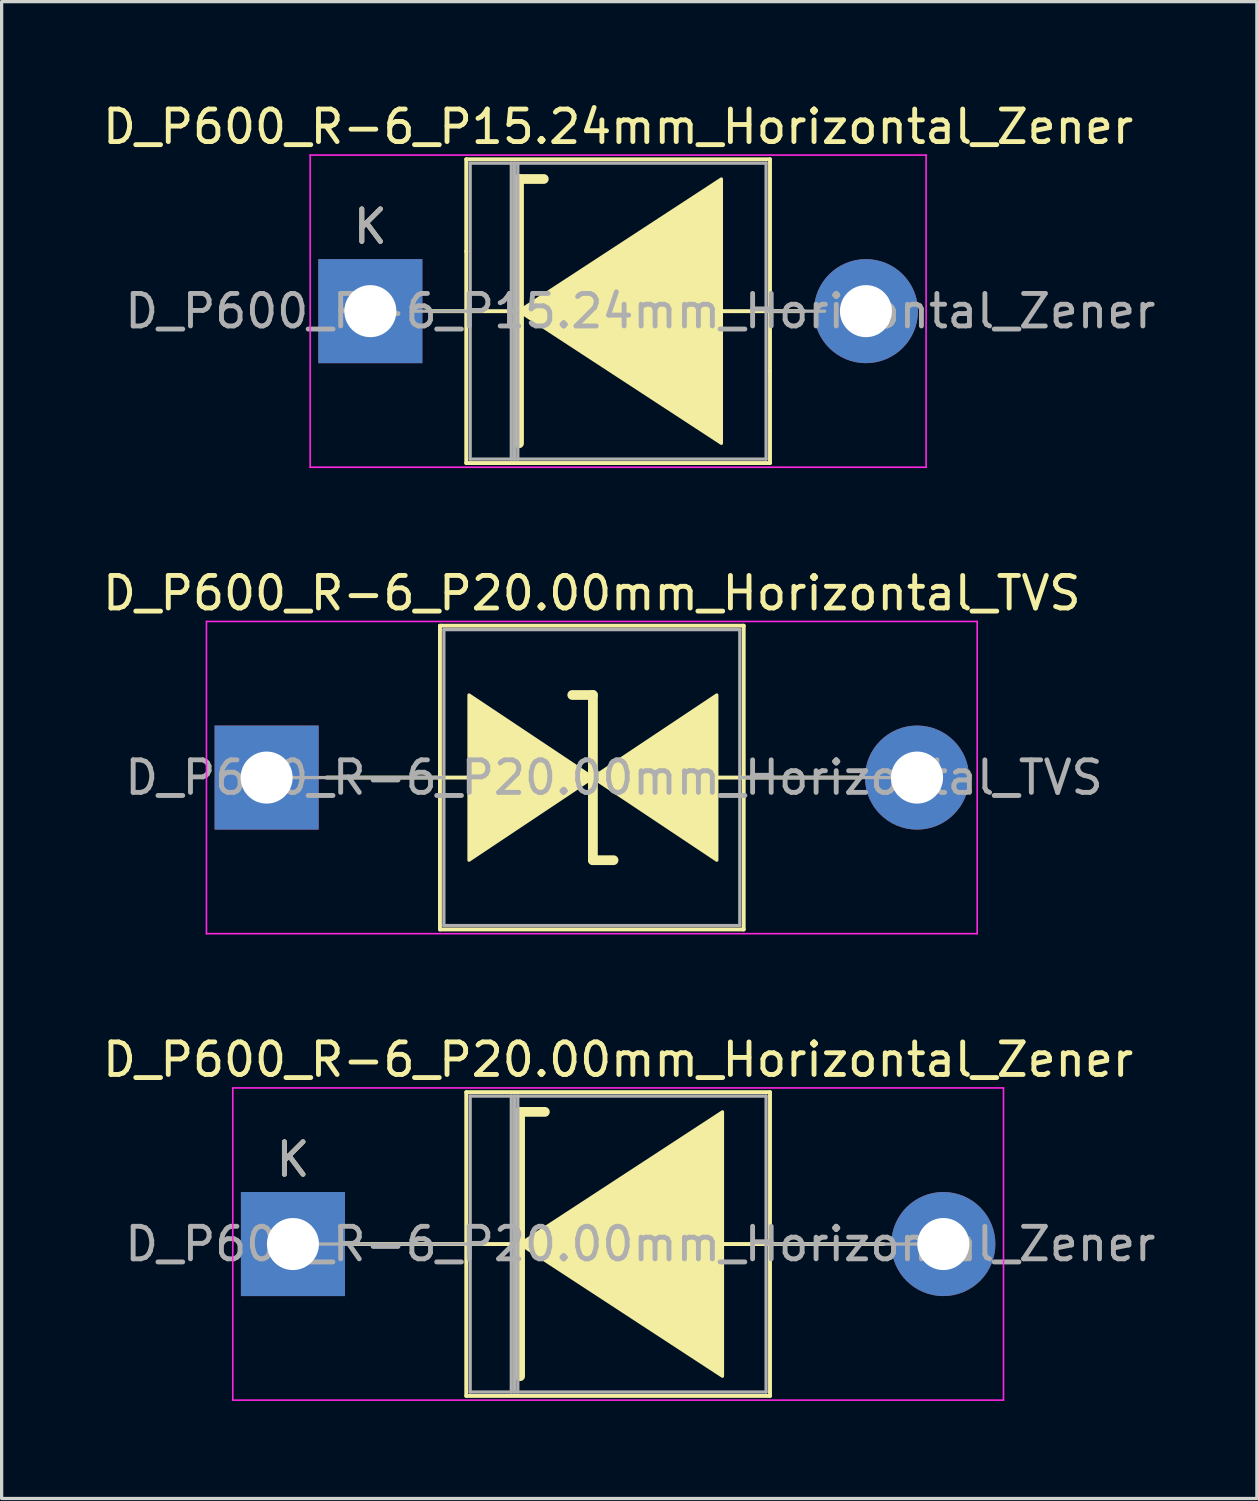
<source format=kicad_pcb>
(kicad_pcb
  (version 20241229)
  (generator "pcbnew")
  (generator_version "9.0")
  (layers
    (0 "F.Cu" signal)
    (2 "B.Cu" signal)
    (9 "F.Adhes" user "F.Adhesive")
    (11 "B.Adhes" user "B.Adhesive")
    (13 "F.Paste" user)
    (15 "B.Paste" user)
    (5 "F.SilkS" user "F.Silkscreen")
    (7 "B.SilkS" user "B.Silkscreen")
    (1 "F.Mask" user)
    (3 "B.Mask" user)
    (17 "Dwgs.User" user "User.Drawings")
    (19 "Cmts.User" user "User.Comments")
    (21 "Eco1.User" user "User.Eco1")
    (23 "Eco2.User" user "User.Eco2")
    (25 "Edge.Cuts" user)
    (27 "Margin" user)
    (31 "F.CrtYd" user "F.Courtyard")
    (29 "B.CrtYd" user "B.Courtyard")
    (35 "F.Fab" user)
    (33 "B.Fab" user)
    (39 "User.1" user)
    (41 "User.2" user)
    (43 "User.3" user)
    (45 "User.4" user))
  (footprint "D_P600_R-6_P20.00mm_Horizontal_Zener"
    (layer "F.Cu")
    (at 5.958 35.205)
    (property "Reference" "D_P600_R-6_P20.00mm_Horizontal_Zener" (at 10 -5.67 0) (layer "F.SilkS") (effects (font (size 1 1) (thickness 0.15))))
    (attr through_hole)
    (fp_line (start 1.84 0) (end 5.33 0) (stroke (width 0.12) (type solid)) (layer "F.SilkS"))
    (fp_line (start 5.33 -4.67) (end 5.33 4.67) (stroke (width 0.12) (type solid)) (layer "F.SilkS"))
    (fp_line (start 5.33 4.67) (end 14.67 4.67) (stroke (width 0.12) (type solid)) (layer "F.SilkS"))
    (fp_line (start 6.858 0) (end 5.33 0) (stroke (width 0.12) (type solid)) (layer "F.SilkS"))
    (fp_line (start 6.985 -4.064) (end 6.985 4.064) (stroke (width 0.3) (type solid)) (layer "F.SilkS"))
    (fp_line (start 6.985 -4.064) (end 7.747 -4.064) (stroke (width 0.3) (type solid)) (layer "F.SilkS"))
    (fp_line (start 13.081 0) (end 14.67 0) (stroke (width 0.12) (type solid)) (layer "F.SilkS"))
    (fp_line (start 14.67 -4.67) (end 5.33 -4.67) (stroke (width 0.12) (type solid)) (layer "F.SilkS"))
    (fp_line (start 14.67 4.67) (end 14.67 -4.67) (stroke (width 0.12) (type solid)) (layer "F.SilkS"))
    (fp_line (start 18.16 0) (end 14.67 0) (stroke (width 0.12) (type solid)) (layer "F.SilkS"))
    (fp_poly (pts (xy 13.208 4.064) (xy 6.985 0) (xy 13.208 -4.064)) (stroke (width 0.1) (type solid)) (fill yes) (layer "F.SilkS"))
    (fp_line (start -1.85 -4.8) (end -1.85 4.8) (stroke (width 0.05) (type solid)) (layer "F.CrtYd"))
    (fp_line (start -1.85 4.8) (end 21.85 4.8) (stroke (width 0.05) (type solid)) (layer "F.CrtYd"))
    (fp_line (start 21.85 -4.8) (end -1.85 -4.8) (stroke (width 0.05) (type solid)) (layer "F.CrtYd"))
    (fp_line (start 21.85 4.8) (end 21.85 -4.8) (stroke (width 0.05) (type solid)) (layer "F.CrtYd"))
    (fp_line (start 0 0) (end 5.45 0) (stroke (width 0.1) (type solid)) (layer "F.Fab"))
    (fp_line (start 5.45 -4.55) (end 5.45 4.55) (stroke (width 0.1) (type solid)) (layer "F.Fab"))
    (fp_line (start 5.45 4.55) (end 14.55 4.55) (stroke (width 0.1) (type solid)) (layer "F.Fab"))
    (fp_line (start 6.715 -4.55) (end 6.715 4.55) (stroke (width 0.1) (type solid)) (layer "F.Fab"))
    (fp_line (start 6.815 -4.55) (end 6.815 4.55) (stroke (width 0.1) (type solid)) (layer "F.Fab"))
    (fp_line (start 6.915 -4.55) (end 6.915 4.55) (stroke (width 0.1) (type solid)) (layer "F.Fab"))
    (fp_line (start 14.55 -4.55) (end 5.45 -4.55) (stroke (width 0.1) (type solid)) (layer "F.Fab"))
    (fp_line (start 14.55 4.55) (end 14.55 -4.55) (stroke (width 0.1) (type solid)) (layer "F.Fab"))
    (fp_line (start 20 0) (end 14.55 0) (stroke (width 0.1) (type solid)) (layer "F.Fab"))
    (fp_text user "K" (at 0 -2.6 0) (layer "F.SilkS") (effects (font (size 1 1) (thickness 0.15))))
    (fp_text user "${REFERENCE}" (at 10.682 0 0) (layer "F.Fab") (effects (font (size 1 1) (thickness 0.15))))
    (fp_text user "K" (at 0 -2.6 0) (layer "F.Fab") (effects (font (size 1 1) (thickness 0.15))))
    (pad "1" thru_hole rect (at 0 0) (size 3.2 3.2) (drill 1.6) (layers "*.Cu" "*.Mask"))
    (pad "2" thru_hole oval (at 20 0) (size 3.2 3.2) (drill 1.6) (layers "*.Cu" "*.Mask")))
  (footprint "D_P600_R-6_P15.24mm_Horizontal_Zener"
    (layer "F.Cu")
    (at 8.338 6.518)
    (property "Reference" "D_P600_R-6_P15.24mm_Horizontal_Zener" (at 7.62 -5.67 0) (layer "F.SilkS") (effects (font (size 1 1) (thickness 0.15))))
    (attr through_hole)
    (fp_line (start 2.95 -4.67) (end 12.29 -4.67) (stroke (width 0.12) (type solid)) (layer "F.SilkS"))
    (fp_line (start 2.95 -1.84) (end 2.95 -4.67) (stroke (width 0.12) (type solid)) (layer "F.SilkS"))
    (fp_line (start 2.95 -1.84) (end 2.95 4.67) (stroke (width 0.12) (type solid)) (layer "F.SilkS"))
    (fp_line (start 2.95 4.67) (end 12.29 4.67) (stroke (width 0.12) (type solid)) (layer "F.SilkS"))
    (fp_line (start 4.445 0) (end 1.905 0) (stroke (width 0.12) (type solid)) (layer "F.SilkS"))
    (fp_line (start 4.572 -4.064) (end 4.572 4.064) (stroke (width 0.3) (type solid)) (layer "F.SilkS"))
    (fp_line (start 4.572 -4.064) (end 5.334 -4.064) (stroke (width 0.3) (type solid)) (layer "F.SilkS"))
    (fp_line (start 10.668 0) (end 13.335 0) (stroke (width 0.12) (type solid)) (layer "F.SilkS"))
    (fp_line (start 12.29 -4.67) (end 12.29 1.84) (stroke (width 0.12) (type solid)) (layer "F.SilkS"))
    (fp_line (start 12.29 4.67) (end 12.29 1.84) (stroke (width 0.12) (type solid)) (layer "F.SilkS"))
    (fp_poly (pts (xy 10.795 4.064) (xy 4.572 0) (xy 10.795 -4.064)) (stroke (width 0.1) (type solid)) (fill yes) (layer "F.SilkS"))
    (fp_line (start -1.85 -4.8) (end -1.85 4.8) (stroke (width 0.05) (type solid)) (layer "F.CrtYd"))
    (fp_line (start -1.85 4.8) (end 17.09 4.8) (stroke (width 0.05) (type solid)) (layer "F.CrtYd"))
    (fp_line (start 17.09 -4.8) (end -1.85 -4.8) (stroke (width 0.05) (type solid)) (layer "F.CrtYd"))
    (fp_line (start 17.09 4.8) (end 17.09 -4.8) (stroke (width 0.05) (type solid)) (layer "F.CrtYd"))
    (fp_line (start 1.27 0) (end 3.07 0) (stroke (width 0.1) (type solid)) (layer "F.Fab"))
    (fp_line (start 3.07 -4.55) (end 3.07 4.55) (stroke (width 0.1) (type solid)) (layer "F.Fab"))
    (fp_line (start 3.07 4.55) (end 12.17 4.55) (stroke (width 0.1) (type solid)) (layer "F.Fab"))
    (fp_line (start 4.335 -4.55) (end 4.335 4.55) (stroke (width 0.1) (type solid)) (layer "F.Fab"))
    (fp_line (start 4.435 -4.55) (end 4.435 4.55) (stroke (width 0.1) (type solid)) (layer "F.Fab"))
    (fp_line (start 4.535 -4.55) (end 4.535 4.55) (stroke (width 0.1) (type solid)) (layer "F.Fab"))
    (fp_line (start 12.17 -4.55) (end 3.07 -4.55) (stroke (width 0.1) (type solid)) (layer "F.Fab"))
    (fp_line (start 12.17 4.55) (end 12.17 -4.55) (stroke (width 0.1) (type solid)) (layer "F.Fab"))
    (fp_line (start 13.97 0) (end 12.17 0) (stroke (width 0.1) (type solid)) (layer "F.Fab"))
    (fp_text user "K" (at 0 -2.6 0) (layer "F.SilkS") (effects (font (size 1 1) (thickness 0.15))))
    (fp_text user "${REFERENCE}" (at 8.303 0 0) (layer "F.Fab") (effects (font (size 1 1) (thickness 0.15))))
    (fp_text user "K" (at 0 -2.6 0) (layer "F.Fab") (effects (font (size 1 1) (thickness 0.15))))
    (pad "1" thru_hole rect (at 0 0) (size 3.2 3.2) (drill 1.6) (layers "*.Cu" "*.Mask"))
    (pad "2" thru_hole oval (at 15.24 0) (size 3.2 3.2) (drill 1.6) (layers "*.Cu" "*.Mask")))
  (footprint "D_P600_R-6_P20.00mm_Horizontal_TVS"
    (layer "F.Cu")
    (at 5.149 20.861)
    (property "Reference" "D_P600_R-6_P20.00mm_Horizontal_TVS" (at 10 -5.67 0) (layer "F.SilkS") (effects (font (size 1 1) (thickness 0.15))))
    (attr through_hole)
    (fp_line (start 1.84 0) (end 5.33 0) (stroke (width 0.12) (type solid)) (layer "F.SilkS"))
    (fp_line (start 5.33 -4.67) (end 5.33 4.67) (stroke (width 0.12) (type solid)) (layer "F.SilkS"))
    (fp_line (start 5.33 0) (end 6.223 0) (stroke (width 0.12) (type solid)) (layer "F.SilkS"))
    (fp_line (start 5.33 4.67) (end 14.67 4.67) (stroke (width 0.12) (type solid)) (layer "F.SilkS"))
    (fp_line (start 10.033 -2.54) (end 9.398 -2.54) (stroke (width 0.3) (type solid)) (layer "F.SilkS"))
    (fp_line (start 10.033 2.54) (end 10.033 -2.54) (stroke (width 0.3) (type solid)) (layer "F.SilkS"))
    (fp_line (start 10.668 2.54) (end 10.033 2.54) (stroke (width 0.3) (type solid)) (layer "F.SilkS"))
    (fp_line (start 14.67 -4.67) (end 5.33 -4.67) (stroke (width 0.12) (type solid)) (layer "F.SilkS"))
    (fp_line (start 14.67 0) (end 13.843 0) (stroke (width 0.12) (type solid)) (layer "F.SilkS"))
    (fp_line (start 14.67 4.67) (end 14.67 -4.67) (stroke (width 0.12) (type solid)) (layer "F.SilkS"))
    (fp_line (start 18.16 0) (end 14.67 0) (stroke (width 0.12) (type solid)) (layer "F.SilkS"))
    (fp_poly (pts (xy 10.033 0) (xy 6.223 2.54) (xy 6.223 -2.54)) (stroke (width 0.1) (type solid)) (fill yes) (layer "F.SilkS"))
    (fp_poly (pts (xy 10.033 0) (xy 13.843 -2.54) (xy 13.843 2.54)) (stroke (width 0.1) (type solid)) (fill yes) (layer "F.SilkS"))
    (fp_line (start -1.85 -4.8) (end -1.85 4.8) (stroke (width 0.05) (type solid)) (layer "F.CrtYd"))
    (fp_line (start -1.85 4.8) (end 21.85 4.8) (stroke (width 0.05) (type solid)) (layer "F.CrtYd"))
    (fp_line (start 21.85 -4.8) (end -1.85 -4.8) (stroke (width 0.05) (type solid)) (layer "F.CrtYd"))
    (fp_line (start 21.85 4.8) (end 21.85 -4.8) (stroke (width 0.05) (type solid)) (layer "F.CrtYd"))
    (fp_line (start 0 0) (end 5.45 0) (stroke (width 0.1) (type solid)) (layer "F.Fab"))
    (fp_line (start 5.45 -4.55) (end 5.45 4.55) (stroke (width 0.1) (type solid)) (layer "F.Fab"))
    (fp_line (start 5.45 4.55) (end 14.55 4.55) (stroke (width 0.1) (type solid)) (layer "F.Fab"))
    (fp_line (start 14.55 -4.55) (end 5.45 -4.55) (stroke (width 0.1) (type solid)) (layer "F.Fab"))
    (fp_line (start 14.55 4.55) (end 14.55 -4.55) (stroke (width 0.1) (type solid)) (layer "F.Fab"))
    (fp_line (start 20 0) (end 14.55 0) (stroke (width 0.1) (type solid)) (layer "F.Fab"))
    (fp_text user "${REFERENCE}" (at 10.682 0 0) (layer "F.Fab") (effects (font (size 1 1) (thickness 0.15))))
    (pad "1" thru_hole rect (at 0 0) (size 3.2 3.2) (drill 1.6) (layers "*.Cu" "*.Mask"))
    (pad "2" thru_hole oval (at 20 0) (size 3.2 3.2) (drill 1.6) (layers "*.Cu" "*.Mask")))
  (gr_rect
    (start -3 -3)
    (end 35.599 43.03)
    (stroke (width 0.1) (type default))
    (fill no)
    (layer "Edge.Cuts")))
</source>
